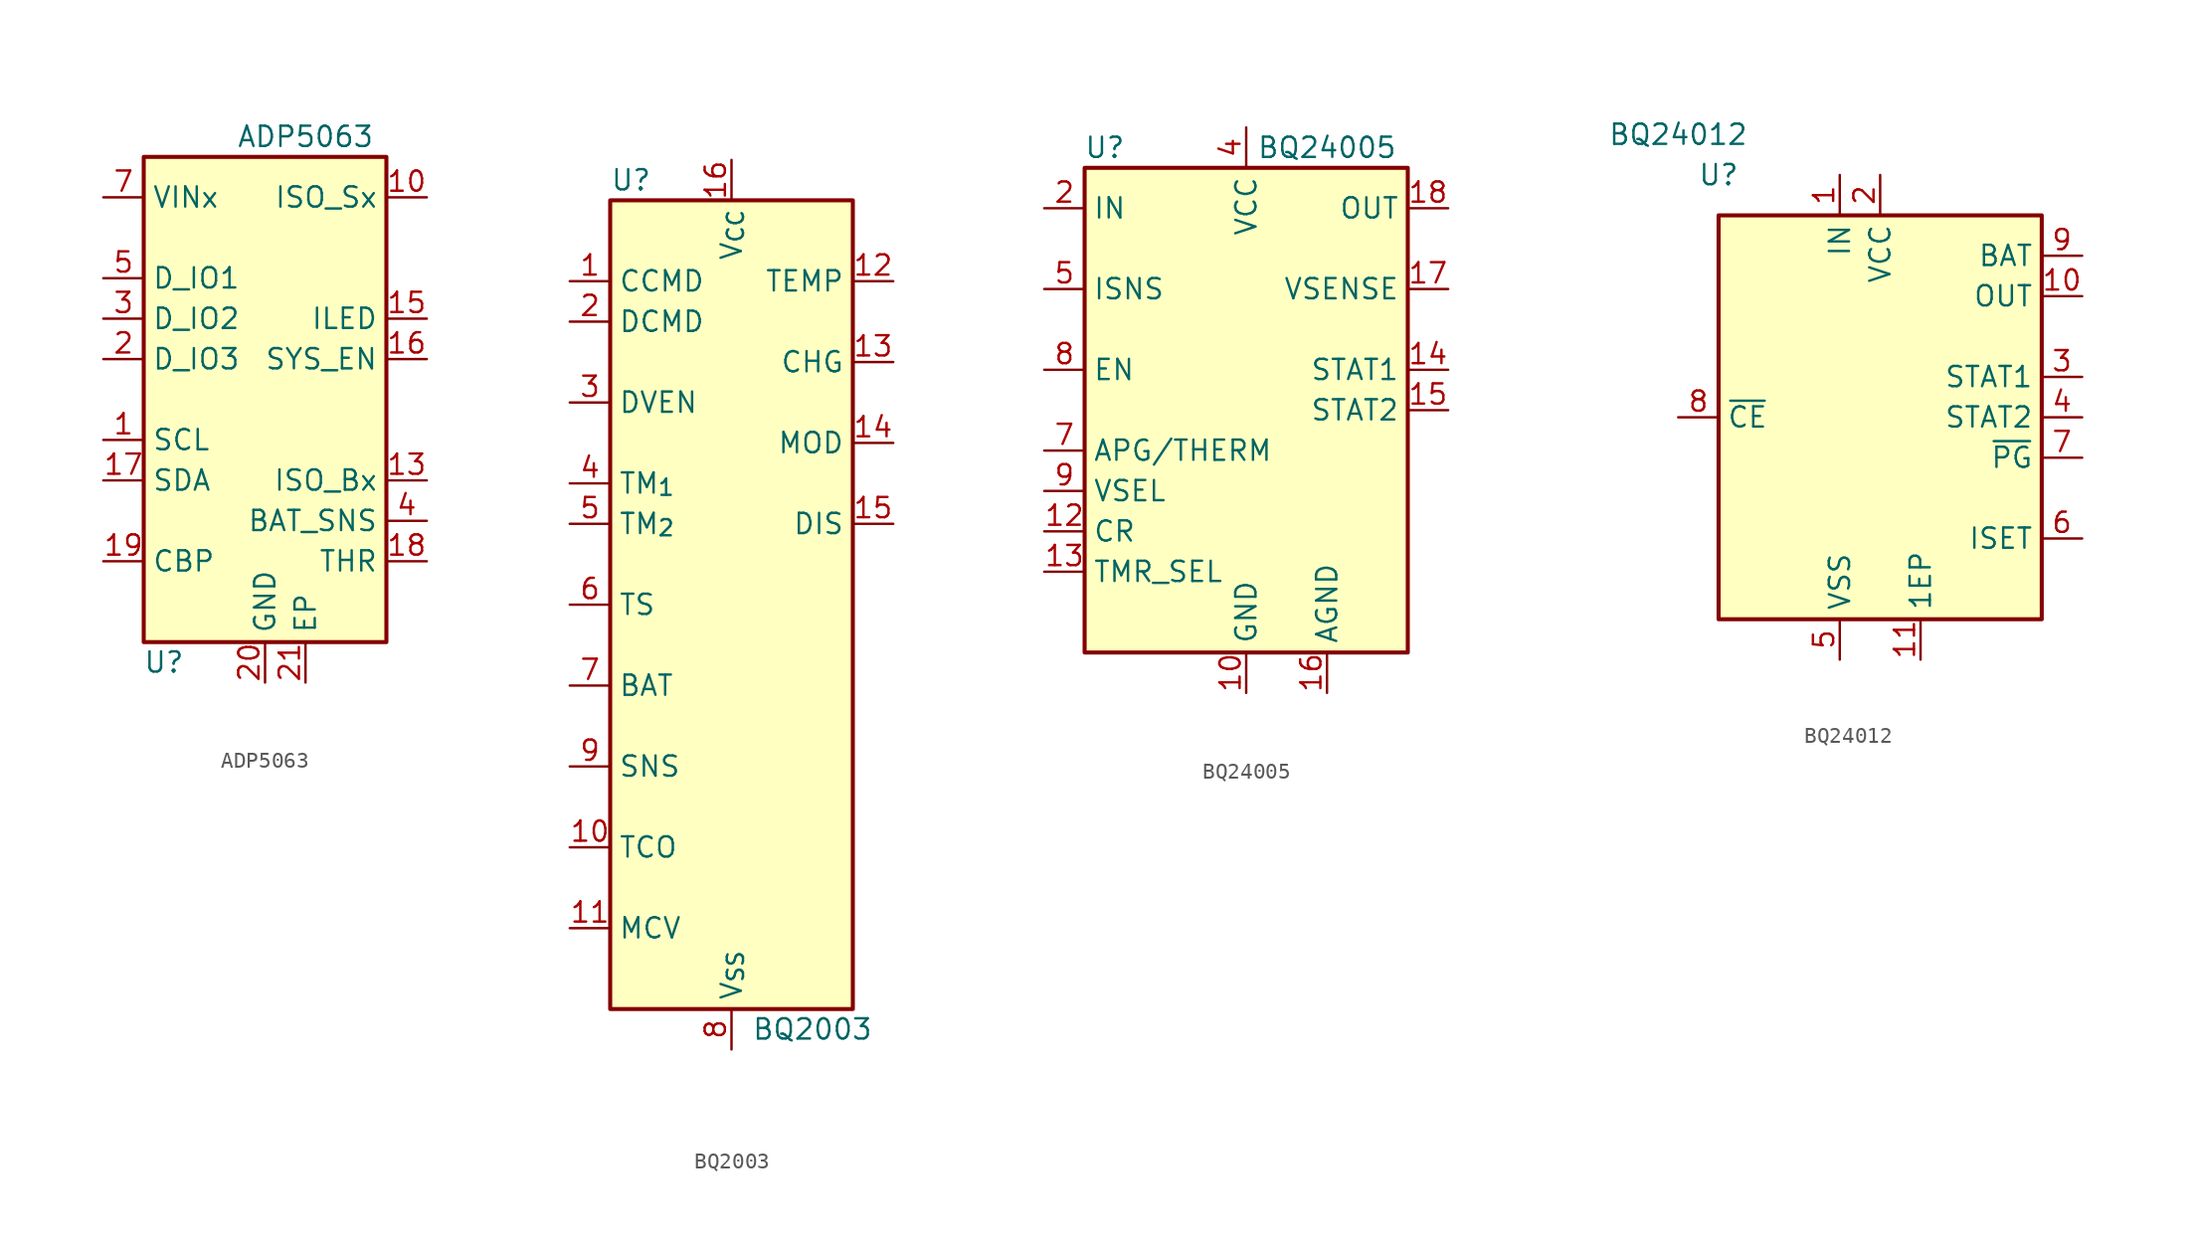
<source format=kicad_sym>
(kicad_symbol_lib
  (version 20220914)
  (generator kicad_symbol_editor)
  (symbol "ADP5063"
    (property "Reference" "U"
      (at -6.35 -16.51 0)
      (effects (font (size 1.27 1.27))))
    (property "Value" "ADP5063"
      (at 2.54 16.51 0)
      (effects (font (size 1.27 1.27))))
    (symbol "ADP5063_1_1"
      (rectangle (start -7.62 15.24) (end 7.62 -15.24) (stroke (width 0.254) (type default)) (fill (type background)))
      (pin input line (at -10.16 -2.54 0) (length 2.54) (name "SCL" (effects (font (size 1.27 1.27)))) (number "1" (effects (font (size 1.27 1.27)))))
      (pin power_out line (at 10.16 12.7 180) (length 2.54) (name "ISO_Sx" (effects (font (size 1.27 1.27)))) (number "10" (effects (font (size 1.27 1.27)))))
      (pin passive line (at 10.16 12.7 180) (length 2.54) hide (name "ISO_Sx" (effects (font (size 1.27 1.27)))) (number "11" (effects (font (size 1.27 1.27)))))
      (pin passive line (at 10.16 -5.08 180) (length 2.54) hide (name "ISO_Bx" (effects (font (size 1.27 1.27)))) (number "12" (effects (font (size 1.27 1.27)))))
      (pin passive line (at 10.16 -5.08 180) (length 2.54) (name "ISO_Bx" (effects (font (size 1.27 1.27)))) (number "13" (effects (font (size 1.27 1.27)))))
      (pin passive line (at 10.16 -5.08 180) (length 2.54) hide (name "ISO_Bx" (effects (font (size 1.27 1.27)))) (number "14" (effects (font (size 1.27 1.27)))))
      (pin open_collector line (at 10.16 5.08 180) (length 2.54) (name "ILED" (effects (font (size 1.27 1.27)))) (number "15" (effects (font (size 1.27 1.27)))))
      (pin open_collector line (at 10.16 2.54 180) (length 2.54) (name "SYS_EN" (effects (font (size 1.27 1.27)))) (number "16" (effects (font (size 1.27 1.27)))))
      (pin bidirectional line (at -10.16 -5.08 0) (length 2.54) (name "SDA" (effects (font (size 1.27 1.27)))) (number "17" (effects (font (size 1.27 1.27)))))
      (pin passive line (at 10.16 -10.16 180) (length 2.54) (name "THR" (effects (font (size 1.27 1.27)))) (number "18" (effects (font (size 1.27 1.27)))))
      (pin passive line (at -10.16 -10.16 0) (length 2.54) (name "CBP" (effects (font (size 1.27 1.27)))) (number "19" (effects (font (size 1.27 1.27)))))
      (pin bidirectional line (at -10.16 2.54 0) (length 2.54) (name "D_IO3" (effects (font (size 1.27 1.27)))) (number "2" (effects (font (size 1.27 1.27)))))
      (pin power_in line (at 0 -17.78 90) (length 2.54) (name "GND" (effects (font (size 1.27 1.27)))) (number "20" (effects (font (size 1.27 1.27)))))
      (pin passive line (at 2.54 -17.78 90) (length 2.54) (name "EP" (effects (font (size 1.27 1.27)))) (number "21" (effects (font (size 1.27 1.27)))))
      (pin bidirectional line (at -10.16 5.08 0) (length 2.54) (name "D_IO2" (effects (font (size 1.27 1.27)))) (number "3" (effects (font (size 1.27 1.27)))))
      (pin passive line (at 10.16 -7.62 180) (length 2.54) (name "BAT_SNS" (effects (font (size 1.27 1.27)))) (number "4" (effects (font (size 1.27 1.27)))))
      (pin bidirectional line (at -10.16 7.62 0) (length 2.54) (name "D_IO1" (effects (font (size 1.27 1.27)))) (number "5" (effects (font (size 1.27 1.27)))))
      (pin input line (at -10.16 12.7 0) (length 2.54) hide (name "VINx" (effects (font (size 1.27 1.27)))) (number "6" (effects (font (size 1.27 1.27)))))
      (pin input line (at -10.16 12.7 0) (length 2.54) (name "VINx" (effects (font (size 1.27 1.27)))) (number "7" (effects (font (size 1.27 1.27)))))
      (pin input line (at -10.16 12.7 0) (length 2.54) hide (name "VINx" (effects (font (size 1.27 1.27)))) (number "8" (effects (font (size 1.27 1.27)))))
      (pin passive line (at 10.16 12.7 180) (length 2.54) hide (name "ISO_Sx" (effects (font (size 1.27 1.27)))) (number "9" (effects (font (size 1.27 1.27)))))))
  (symbol "BQ2003"
    (property "Reference" "U"
      (at -7.62 26.67 0)
      (effects (font (size 1.27 1.27)) (justify left)))
    (property "Value" "BQ2003"
      (at 5.08 -26.67 0)
      (effects (font (size 1.27 1.27))))
    (symbol "BQ2003_0_1"
      (rectangle (start -7.62 -25.4) (end 7.62 25.4) (stroke (width 0.254) (type default)) (fill (type background))))
    (symbol "BQ2003_1_1"
      (pin input line (at -10.16 20.32 0) (length 2.54) (name "CCMD" (effects (font (size 1.27 1.27)))) (number "1" (effects (font (size 1.27 1.27)))))
      (pin input line (at -10.16 -15.24 0) (length 2.54) (name "TCO" (effects (font (size 1.27 1.27)))) (number "10" (effects (font (size 1.27 1.27)))))
      (pin input line (at -10.16 -20.32 0) (length 2.54) (name "MCV" (effects (font (size 1.27 1.27)))) (number "11" (effects (font (size 1.27 1.27)))))
      (pin output line (at 10.16 20.32 180) (length 2.54) (name "TEMP" (effects (font (size 1.27 1.27)))) (number "12" (effects (font (size 1.27 1.27)))))
      (pin output line (at 10.16 15.24 180) (length 2.54) (name "CHG" (effects (font (size 1.27 1.27)))) (number "13" (effects (font (size 1.27 1.27)))))
      (pin output line (at 10.16 10.16 180) (length 2.54) (name "MOD" (effects (font (size 1.27 1.27)))) (number "14" (effects (font (size 1.27 1.27)))))
      (pin output line (at 10.16 5.08 180) (length 2.54) (name "DIS" (effects (font (size 1.27 1.27)))) (number "15" (effects (font (size 1.27 1.27)))))
      (pin power_in line (at 0 27.94 270) (length 2.54) (name "V_{CC}" (effects (font (size 1.27 1.27)))) (number "16" (effects (font (size 1.27 1.27)))))
      (pin input line (at -10.16 17.78 0) (length 2.54) (name "DCMD" (effects (font (size 1.27 1.27)))) (number "2" (effects (font (size 1.27 1.27)))))
      (pin input line (at -10.16 12.7 0) (length 2.54) (name "DVEN" (effects (font (size 1.27 1.27)))) (number "3" (effects (font (size 1.27 1.27)))))
      (pin input line (at -10.16 7.62 0) (length 2.54) (name "TM_{1}" (effects (font (size 1.27 1.27)))) (number "4" (effects (font (size 1.27 1.27)))))
      (pin input line (at -10.16 5.08 0) (length 2.54) (name "TM_{2}" (effects (font (size 1.27 1.27)))) (number "5" (effects (font (size 1.27 1.27)))))
      (pin input line (at -10.16 0 0) (length 2.54) (name "TS" (effects (font (size 1.27 1.27)))) (number "6" (effects (font (size 1.27 1.27)))))
      (pin input line (at -10.16 -5.08 0) (length 2.54) (name "BAT" (effects (font (size 1.27 1.27)))) (number "7" (effects (font (size 1.27 1.27)))))
      (pin power_in line (at 0 -27.94 90) (length 2.54) (name "V_{SS}" (effects (font (size 1.27 1.27)))) (number "8" (effects (font (size 1.27 1.27)))))
      (pin input line (at -10.16 -10.16 0) (length 2.54) (name "SNS" (effects (font (size 1.27 1.27)))) (number "9" (effects (font (size 1.27 1.27)))))))
  (symbol "BQ24005"
    (property "Reference" "U"
      (at -8.89 16.51 0)
      (effects (font (size 1.27 1.27))))
    (property "Value" "BQ24005"
      (at 5.08 16.51 0)
      (effects (font (size 1.27 1.27))))
    (symbol "BQ24005_0_1"
      (rectangle (start -10.16 15.24) (end 10.16 -15.24) (stroke (width 0.254) (type default)) (fill (type background))))
    (symbol "BQ24005_1_1"
      (pin no_connect line (at 10.16 -2.54 180) (length 2.54) hide (name "N/C" (effects (font (size 1.27 1.27)))) (number "1" (effects (font (size 1.27 1.27)))))
      (pin power_in line (at 0 -17.78 90) (length 2.54) (name "GND" (effects (font (size 1.27 1.27)))) (number "10" (effects (font (size 1.27 1.27)))))
      (pin no_connect line (at 10.16 -7.62 180) (length 2.54) hide (name "N/C" (effects (font (size 1.27 1.27)))) (number "11" (effects (font (size 1.27 1.27)))))
      (pin input line (at -12.7 -7.62 0) (length 2.54) (name "CR" (effects (font (size 1.27 1.27)))) (number "12" (effects (font (size 1.27 1.27)))))
      (pin input line (at -12.7 -10.16 0) (length 2.54) (name "TMR_SEL" (effects (font (size 1.27 1.27)))) (number "13" (effects (font (size 1.27 1.27)))))
      (pin open_collector line (at 12.7 2.54 180) (length 2.54) (name "STAT1" (effects (font (size 1.27 1.27)))) (number "14" (effects (font (size 1.27 1.27)))))
      (pin open_collector line (at 12.7 0 180) (length 2.54) (name "STAT2" (effects (font (size 1.27 1.27)))) (number "15" (effects (font (size 1.27 1.27)))))
      (pin power_in line (at 5.08 -17.78 90) (length 2.54) (name "AGND" (effects (font (size 1.27 1.27)))) (number "16" (effects (font (size 1.27 1.27)))))
      (pin input line (at 12.7 7.62 180) (length 2.54) (name "VSENSE" (effects (font (size 1.27 1.27)))) (number "17" (effects (font (size 1.27 1.27)))))
      (pin output line (at 12.7 12.7 180) (length 2.54) (name "OUT" (effects (font (size 1.27 1.27)))) (number "18" (effects (font (size 1.27 1.27)))))
      (pin passive line (at 12.7 12.7 180) (length 2.54) hide (name "OUT" (effects (font (size 1.27 1.27)))) (number "19" (effects (font (size 1.27 1.27)))))
      (pin input line (at -12.7 12.7 0) (length 2.54) (name "IN" (effects (font (size 1.27 1.27)))) (number "2" (effects (font (size 1.27 1.27)))))
      (pin no_connect line (at 10.16 -10.16 180) (length 2.54) hide (name "N/C" (effects (font (size 1.27 1.27)))) (number "20" (effects (font (size 1.27 1.27)))))
      (pin passive line (at 0 -17.78 90) (length 2.54) hide (name "GND" (effects (font (size 1.27 1.27)))) (number "21" (effects (font (size 1.27 1.27)))))
      (pin input line (at -12.7 12.7 0) (length 2.54) hide (name "IN" (effects (font (size 1.27 1.27)))) (number "3" (effects (font (size 1.27 1.27)))))
      (pin power_in line (at 0 17.78 270) (length 2.54) (name "VCC" (effects (font (size 1.27 1.27)))) (number "4" (effects (font (size 1.27 1.27)))))
      (pin input line (at -12.7 7.62 0) (length 2.54) (name "ISNS" (effects (font (size 1.27 1.27)))) (number "5" (effects (font (size 1.27 1.27)))))
      (pin no_connect line (at 10.16 -5.08 180) (length 2.54) hide (name "N/C" (effects (font (size 1.27 1.27)))) (number "6" (effects (font (size 1.27 1.27)))))
      (pin input line (at -12.7 -2.54 0) (length 2.54) (name "APG/THERM" (effects (font (size 1.27 1.27)))) (number "7" (effects (font (size 1.27 1.27)))))
      (pin input line (at -12.7 2.54 0) (length 2.54) (name "EN" (effects (font (size 1.27 1.27)))) (number "8" (effects (font (size 1.27 1.27)))))
      (pin input line (at -12.7 -5.08 0) (length 2.54) (name "VSEL" (effects (font (size 1.27 1.27)))) (number "9" (effects (font (size 1.27 1.27)))))))
  (symbol "BQ24012"
    (property "Reference" "U"
      (at -10.16 15.24 0)
      (effects (font (size 1.27 1.27))))
    (property "Value" "BQ24012"
      (at -12.7 17.78 0)
      (effects (font (size 1.27 1.27))))
    (symbol "BQ24012_0_1"
      (rectangle (start -10.16 12.7) (end 10.16 -12.7) (stroke (width 0.254) (type default)) (fill (type background))))
    (symbol "BQ24012_1_1"
      (pin power_in line (at -2.54 15.24 270) (length 2.54) (name "IN" (effects (font (size 1.27 1.27)))) (number "1" (effects (font (size 1.27 1.27)))))
      (pin power_out line (at 12.7 7.62 180) (length 2.54) (name "OUT" (effects (font (size 1.27 1.27)))) (number "10" (effects (font (size 1.27 1.27)))))
      (pin passive line (at 2.54 -15.24 90) (length 2.54) (name "1EP" (effects (font (size 1.27 1.27)))) (number "11" (effects (font (size 1.27 1.27)))))
      (pin power_in line (at 0 15.24 270) (length 2.54) (name "VCC" (effects (font (size 1.27 1.27)))) (number "2" (effects (font (size 1.27 1.27)))))
      (pin open_collector line (at 12.7 2.54 180) (length 2.54) (name "STAT1" (effects (font (size 1.27 1.27)))) (number "3" (effects (font (size 1.27 1.27)))))
      (pin open_collector line (at 12.7 0 180) (length 2.54) (name "STAT2" (effects (font (size 1.27 1.27)))) (number "4" (effects (font (size 1.27 1.27)))))
      (pin power_in line (at -2.54 -15.24 90) (length 2.54) (name "VSS" (effects (font (size 1.27 1.27)))) (number "5" (effects (font (size 1.27 1.27)))))
      (pin output line (at 12.7 -7.62 180) (length 2.54) (name "ISET" (effects (font (size 1.27 1.27)))) (number "6" (effects (font (size 1.27 1.27)))))
      (pin open_collector line (at 12.7 -2.54 180) (length 2.54) (name "~{PG}" (effects (font (size 1.27 1.27)))) (number "7" (effects (font (size 1.27 1.27)))))
      (pin input line (at -12.7 0 0) (length 2.54) (name "~{CE}" (effects (font (size 1.27 1.27)))) (number "8" (effects (font (size 1.27 1.27)))))
      (pin input line (at 12.7 10.16 180) (length 2.54) (name "BAT" (effects (font (size 1.27 1.27)))) (number "9" (effects (font (size 1.27 1.27))))))))
</source>
